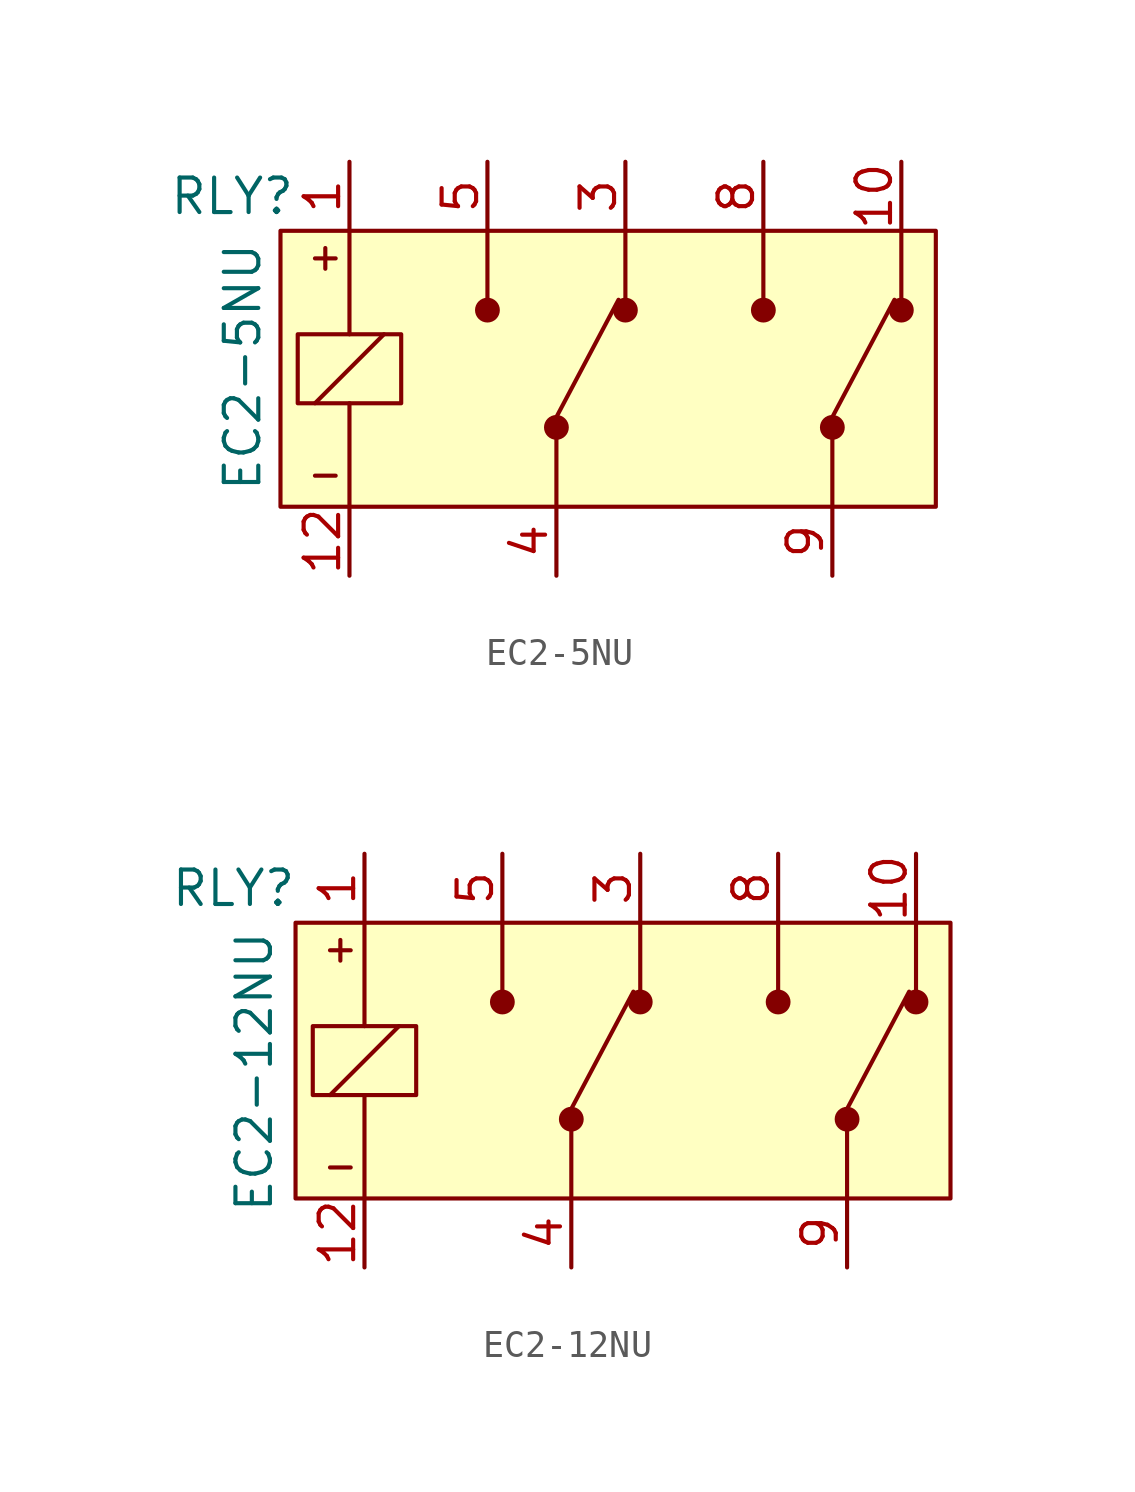
<source format=kicad_sym>
(kicad_symbol_lib
  (version 20231120)
  (generator "kicad_symbol_editor")
  (generator_version "8.0")
  (symbol "EC2-5NU"
    (pin_names
      (offset 1.016) hide)
    (property "Reference" "RLY"
      (at -14.478 6.35 0)
      (effects (font (size 1.27 1.27))))
    (property "Value" "EC2-5NU"
      (at -14.097 4.699 90)
      (effects (font (size 1.27 1.27)) (justify right)))
    (symbol "EC2-5NU_0_1"
      (rectangle (start -12.065 1.27) (end -8.255 -1.27) (stroke (width 0) (type default)) (fill (type none)))
      (circle (center -5.08 2.159) (radius 0.381) (stroke (width 0) (type default)) (fill (type outline)))
      (circle (center -2.54 -2.159) (radius 0.381) (stroke (width 0) (type default)) (fill (type outline)))
      (polyline (pts (xy -11.43 -3.937) (xy -10.668 -3.937)) (stroke (width 0) (type default)) (fill (type none)))
      (polyline (pts (xy -11.43 -1.27) (xy -8.89 1.27)) (stroke (width 0) (type default)) (fill (type none)))
      (polyline (pts (xy -11.43 4.064) (xy -10.668 4.064)) (stroke (width 0) (type default)) (fill (type none)))
      (polyline (pts (xy -11.049 4.445) (xy -11.049 3.683)) (stroke (width 0) (type default)) (fill (type none)))
      (polyline (pts (xy -10.16 -5.08) (xy -10.16 -1.27)) (stroke (width 0) (type default)) (fill (type none)))
      (polyline (pts (xy -10.16 5.08) (xy -10.16 1.27)) (stroke (width 0) (type default)) (fill (type none)))
      (polyline (pts (xy -5.08 5.08) (xy -5.08 2.54)) (stroke (width 0) (type default)) (fill (type none)))
      (polyline (pts (xy -2.54 -5.08) (xy -2.54 -2.54)) (stroke (width 0) (type default)) (fill (type none)))
      (polyline (pts (xy -2.54 -1.778) (xy -0.254 2.54)) (stroke (width 0) (type default)) (fill (type none)))
      (polyline (pts (xy 0 5.08) (xy 0 2.54)) (stroke (width 0) (type default)) (fill (type none)))
      (polyline (pts (xy 5.08 5.08) (xy 5.08 2.54)) (stroke (width 0) (type default)) (fill (type none)))
      (polyline (pts (xy 7.62 -5.08) (xy 7.62 -2.54)) (stroke (width 0) (type default)) (fill (type none)))
      (polyline (pts (xy 7.62 -1.778) (xy 9.906 2.54)) (stroke (width 0) (type default)) (fill (type none)))
      (polyline (pts (xy 10.16 5.08) (xy 10.16 2.54)) (stroke (width 0) (type default)) (fill (type none)))
      (circle (center 0 2.159) (radius 0.381) (stroke (width 0) (type default)) (fill (type outline)))
      (circle (center 5.08 2.159) (radius 0.381) (stroke (width 0) (type default)) (fill (type outline)))
      (circle (center 7.62 -2.159) (radius 0.381) (stroke (width 0) (type default)) (fill (type outline)))
      (circle (center 10.16 2.159) (radius 0.381) (stroke (width 0) (type default)) (fill (type outline))))
    (symbol "EC2-5NU_1_1"
      (rectangle (start -12.7 5.08) (end 11.43 -5.08) (stroke (width 0) (type default)) (fill (type background)))
      (pin passive line (at -10.16 7.62 270) (length 2.54) (name "COIL" (effects (font (size 1.27 1.27)))) (number "1" (effects (font (size 1.27 1.27)))))
      (pin passive line (at 10.16 7.62 270) (length 2.54) (name "NC2" (effects (font (size 1.27 1.27)))) (number "10" (effects (font (size 1.27 1.27)))))
      (pin passive line (at -10.16 -7.62 90) (length 2.54) (name "COIL" (effects (font (size 1.27 1.27)))) (number "12" (effects (font (size 1.27 1.27)))))
      (pin passive line (at 0 7.62 270) (length 2.54) (name "NC1" (effects (font (size 1.27 1.27)))) (number "3" (effects (font (size 1.27 1.27)))))
      (pin passive line (at -2.54 -7.62 90) (length 2.54) (name "COM1" (effects (font (size 1.27 1.27)))) (number "4" (effects (font (size 1.27 1.27)))))
      (pin passive line (at -5.08 7.62 270) (length 2.54) (name "NO1" (effects (font (size 1.27 1.27)))) (number "5" (effects (font (size 1.27 1.27)))))
      (pin passive line (at 5.08 7.62 270) (length 2.54) (name "NO2" (effects (font (size 1.27 1.27)))) (number "8" (effects (font (size 1.27 1.27)))))
      (pin passive line (at 7.62 -7.62 90) (length 2.54) (name "COM2" (effects (font (size 1.27 1.27)))) (number "9" (effects (font (size 1.27 1.27)))))))
  (symbol "EC2-12NU"
    (pin_names
      (offset 1.016) hide)
    (property "Reference" "RLY"
      (at -14.986 6.35 0)
      (effects (font (size 1.27 1.27))))
    (property "Value" "EC2-12NU"
      (at -14.224 4.826 90)
      (effects (font (size 1.27 1.27)) (justify right)))
    (symbol "EC2-12NU_0_1"
      (rectangle (start -12.065 1.27) (end -8.255 -1.27) (stroke (width 0) (type default)) (fill (type none)))
      (circle (center -5.08 2.159) (radius 0.381) (stroke (width 0) (type default)) (fill (type outline)))
      (circle (center -2.54 -2.159) (radius 0.381) (stroke (width 0) (type default)) (fill (type outline)))
      (polyline (pts (xy -11.43 -3.937) (xy -10.668 -3.937)) (stroke (width 0) (type default)) (fill (type none)))
      (polyline (pts (xy -11.43 -1.27) (xy -8.89 1.27)) (stroke (width 0) (type default)) (fill (type none)))
      (polyline (pts (xy -11.43 4.064) (xy -10.668 4.064)) (stroke (width 0) (type default)) (fill (type none)))
      (polyline (pts (xy -11.049 4.445) (xy -11.049 3.683)) (stroke (width 0) (type default)) (fill (type none)))
      (polyline (pts (xy -10.16 -5.08) (xy -10.16 -1.27)) (stroke (width 0) (type default)) (fill (type none)))
      (polyline (pts (xy -10.16 5.08) (xy -10.16 1.27)) (stroke (width 0) (type default)) (fill (type none)))
      (polyline (pts (xy -5.08 5.08) (xy -5.08 2.54)) (stroke (width 0) (type default)) (fill (type none)))
      (polyline (pts (xy -2.54 -5.08) (xy -2.54 -2.54)) (stroke (width 0) (type default)) (fill (type none)))
      (polyline (pts (xy -2.54 -1.778) (xy -0.254 2.54)) (stroke (width 0) (type default)) (fill (type none)))
      (polyline (pts (xy 0 5.08) (xy 0 2.54)) (stroke (width 0) (type default)) (fill (type none)))
      (polyline (pts (xy 5.08 5.08) (xy 5.08 2.54)) (stroke (width 0) (type default)) (fill (type none)))
      (polyline (pts (xy 7.62 -5.08) (xy 7.62 -2.54)) (stroke (width 0) (type default)) (fill (type none)))
      (polyline (pts (xy 7.62 -1.778) (xy 9.906 2.54)) (stroke (width 0) (type default)) (fill (type none)))
      (polyline (pts (xy 10.16 5.08) (xy 10.16 2.54)) (stroke (width 0) (type default)) (fill (type none)))
      (circle (center 0 2.159) (radius 0.381) (stroke (width 0) (type default)) (fill (type outline)))
      (circle (center 5.08 2.159) (radius 0.381) (stroke (width 0) (type default)) (fill (type outline)))
      (circle (center 7.62 -2.159) (radius 0.381) (stroke (width 0) (type default)) (fill (type outline)))
      (circle (center 10.16 2.159) (radius 0.381) (stroke (width 0) (type default)) (fill (type outline))))
    (symbol "EC2-12NU_1_1"
      (rectangle (start -12.7 5.08) (end 11.43 -5.08) (stroke (width 0) (type default)) (fill (type background)))
      (pin passive line (at -10.16 7.62 270) (length 2.54) (name "COIL" (effects (font (size 1.27 1.27)))) (number "1" (effects (font (size 1.27 1.27)))))
      (pin passive line (at 10.16 7.62 270) (length 2.54) (name "NC2" (effects (font (size 1.27 1.27)))) (number "10" (effects (font (size 1.27 1.27)))))
      (pin passive line (at -10.16 -7.62 90) (length 2.54) (name "COIL" (effects (font (size 1.27 1.27)))) (number "12" (effects (font (size 1.27 1.27)))))
      (pin passive line (at 0 7.62 270) (length 2.54) (name "NC1" (effects (font (size 1.27 1.27)))) (number "3" (effects (font (size 1.27 1.27)))))
      (pin passive line (at -2.54 -7.62 90) (length 2.54) (name "COM1" (effects (font (size 1.27 1.27)))) (number "4" (effects (font (size 1.27 1.27)))))
      (pin passive line (at -5.08 7.62 270) (length 2.54) (name "NO1" (effects (font (size 1.27 1.27)))) (number "5" (effects (font (size 1.27 1.27)))))
      (pin passive line (at 5.08 7.62 270) (length 2.54) (name "NO2" (effects (font (size 1.27 1.27)))) (number "8" (effects (font (size 1.27 1.27)))))
      (pin passive line (at 7.62 -7.62 90) (length 2.54) (name "COM2" (effects (font (size 1.27 1.27)))) (number "9" (effects (font (size 1.27 1.27))))))))
</source>
